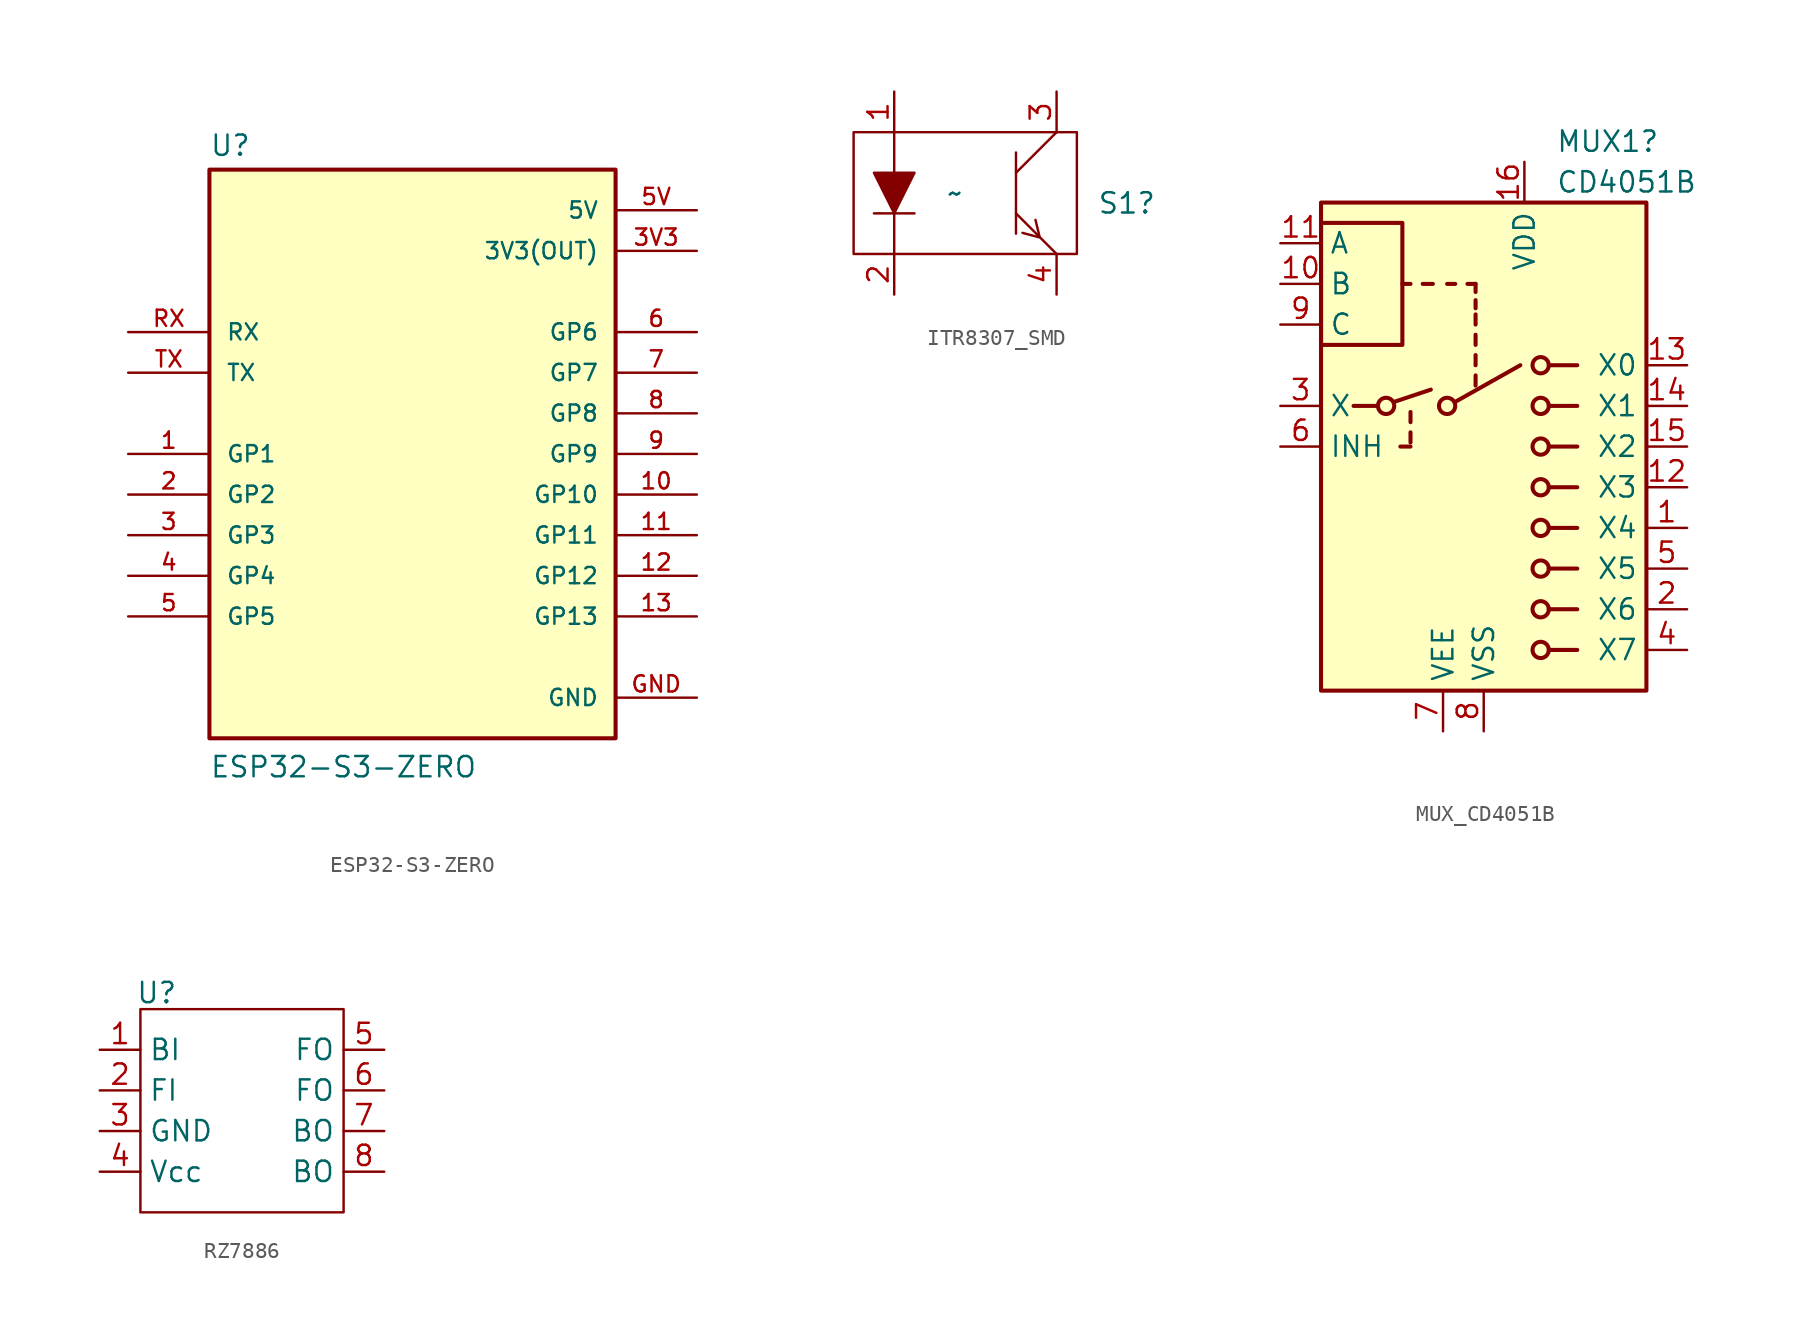
<source format=kicad_sym>
(kicad_symbol_lib
  (version 20241209)
  (generator "kicad_symbol_editor")
  (generator_version "9.0")
  (symbol "ESP32-S3-ZERO"
    (pin_names
      (offset 1.016))
    (property "Reference" "U"
      (at -12.7 18.542 0)
      (effects (font (size 1.27 1.27)) (justify left bottom)))
    (property "Value" "ESP32-S3-ZERO"
      (at -12.7 -20.32 0)
      (effects (font (size 1.27 1.27)) (justify left bottom)))
    (symbol "ESP32-S3-ZERO_0_0"
      (rectangle (start -12.7 17.78) (end 12.7 -17.78) (stroke (width 0.254) (type default)) (fill (type background)))
      (pin input line (at -17.78 7.62 0) (length 5.08) (name "RX" (effects (font (size 1.016 1.016)))) (number "RX" (effects (font (size 1.016 1.016)))))
      (pin output line (at -17.78 5.08 0) (length 5.08) (name "TX" (effects (font (size 1.016 1.016)))) (number "TX" (effects (font (size 1.016 1.016)))))
      (pin bidirectional line (at -17.78 0 0) (length 5.08) (name "GP1" (effects (font (size 1.016 1.016)))) (number "1" (effects (font (size 1.016 1.016)))))
      (pin bidirectional line (at -17.78 -2.54 0) (length 5.08) (name "GP2" (effects (font (size 1.016 1.016)))) (number "2" (effects (font (size 1.016 1.016)))))
      (pin bidirectional line (at -17.78 -5.08 0) (length 5.08) (name "GP3" (effects (font (size 1.016 1.016)))) (number "3" (effects (font (size 1.016 1.016)))))
      (pin bidirectional line (at -17.78 -7.62 0) (length 5.08) (name "GP4" (effects (font (size 1.016 1.016)))) (number "4" (effects (font (size 1.016 1.016)))))
      (pin bidirectional line (at -17.78 -10.16 0) (length 5.08) (name "GP5" (effects (font (size 1.016 1.016)))) (number "5" (effects (font (size 1.016 1.016)))))
      (pin power_in line (at 17.78 15.24 180) (length 5.08) (name "5V" (effects (font (size 1.016 1.016)))) (number "5V" (effects (font (size 1.016 1.016)))))
      (pin power_in line (at 17.78 12.7 180) (length 5.08) (name "3V3(OUT)" (effects (font (size 1.016 1.016)))) (number "3V3" (effects (font (size 1.016 1.016)))))
      (pin bidirectional line (at 17.78 7.62 180) (length 5.08) (name "GP6" (effects (font (size 1.016 1.016)))) (number "6" (effects (font (size 1.016 1.016)))))
      (pin bidirectional line (at 17.78 5.08 180) (length 5.08) (name "GP7" (effects (font (size 1.016 1.016)))) (number "7" (effects (font (size 1.016 1.016)))))
      (pin bidirectional line (at 17.78 2.54 180) (length 5.08) (name "GP8" (effects (font (size 1.016 1.016)))) (number "8" (effects (font (size 1.016 1.016)))))
      (pin bidirectional line (at 17.78 0 180) (length 5.08) (name "GP9" (effects (font (size 1.016 1.016)))) (number "9" (effects (font (size 1.016 1.016)))))
      (pin bidirectional line (at 17.78 -2.54 180) (length 5.08) (name "GP10" (effects (font (size 1.016 1.016)))) (number "10" (effects (font (size 1.016 1.016)))))
      (pin bidirectional line (at 17.78 -5.08 180) (length 5.08) (name "GP11" (effects (font (size 1.016 1.016)))) (number "11" (effects (font (size 1.016 1.016)))))
      (pin bidirectional line (at 17.78 -7.62 180) (length 5.08) (name "GP12" (effects (font (size 1.016 1.016)))) (number "12" (effects (font (size 1.016 1.016)))))
      (pin bidirectional line (at 17.78 -10.16 180) (length 5.08) (name "GP13" (effects (font (size 1.016 1.016)))) (number "13" (effects (font (size 1.016 1.016)))))
      (pin power_in line (at 17.78 -15.24 180) (length 5.08) (name "GND" (effects (font (size 1.016 1.016)))) (number "GND" (effects (font (size 1.016 1.016)))))))
  (symbol "ITR8307_SMD"
    (property "Reference" "S1"
      (at 8.89 -0.635 0)
      (effects (font (size 1.27 1.27)) (justify left)))
    (property "Value" "~"
      (at 0 0 0)
      (effects (font (size 1.27 1.27))))
    (symbol "ITR8307_SMD_0_1"
      (rectangle (start -6.35 3.81) (end 7.62 -3.81) (stroke (width 0) (type solid)) (fill (type none)))
      (polyline (pts (xy -5.08 1.27) (xy -2.54 1.27) (xy -3.81 -1.27) (xy -5.08 1.27)) (stroke (width 0) (type solid)) (fill (type outline)))
      (polyline (pts (xy -5.08 -1.27) (xy -2.54 -1.27)) (stroke (width 0) (type solid)) (fill (type none)))
      (polyline (pts (xy -3.81 3.81) (xy -3.81 -3.81)) (stroke (width 0) (type solid)) (fill (type none)))
      (polyline (pts (xy 3.81 2.54) (xy 3.81 -2.54)) (stroke (width 0) (type solid)) (fill (type none)))
      (polyline (pts (xy 5.258 -2.769) (xy 4.216 -2.489)) (stroke (width 0) (type solid)) (fill (type none)))
      (polyline (pts (xy 5.283 -2.718) (xy 5.029 -1.676)) (stroke (width 0) (type solid)) (fill (type none)))
      (polyline (pts (xy 6.35 3.81) (xy 3.81 1.27)) (stroke (width 0) (type solid)) (fill (type none)))
      (polyline (pts (xy 6.35 -3.81) (xy 3.81 -1.27)) (stroke (width 0) (type solid)) (fill (type none))))
    (symbol "ITR8307_SMD_1_1"
      (pin input line (at -3.81 6.35 270) (length 2.54) (name "~" (effects (font (size 1.27 1.27)))) (number "1" (effects (font (size 1.27 1.27)))))
      (pin power_in line (at -3.81 -6.35 90) (length 2.54) (name "~" (effects (font (size 1.27 1.27)))) (number "2" (effects (font (size 1.27 1.27)))))
      (pin open_collector line (at 6.35 6.35 270) (length 2.54) (name "~" (effects (font (size 1.27 1.27)))) (number "3" (effects (font (size 1.27 1.27)))))
      (pin power_in line (at 6.35 -6.35 90) (length 2.54) (name "~" (effects (font (size 1.27 1.27)))) (number "4" (effects (font (size 1.27 1.27)))))))
  (symbol "MUX_CD4051B"
    (property "Reference" "MUX1"
      (at 4.496 19.05 0)
      (effects (font (size 1.27 1.27)) (justify left)))
    (property "Value" "CD4051B"
      (at 4.496 16.51 0)
      (effects (font (size 1.27 1.27)) (justify left)))
    (symbol "MUX_CD4051B_0_1"
      (rectangle (start -10.16 15.24) (end 10.16 -15.24) (stroke (width 0.254) (type default)) (fill (type background)))
      (rectangle (start -10.16 6.35) (end -5.08 13.97) (stroke (width 0.254) (type default)) (fill (type none)))
      (polyline (pts (xy -8.128 2.54) (xy -6.604 2.54)) (stroke (width 0.254) (type default)) (fill (type none)))
      (circle (center -6.096 2.54) (radius 0.508) (stroke (width 0.254) (type default)) (fill (type none)))
      (polyline (pts (xy -5.588 2.794) (xy -3.302 3.556)) (stroke (width 0.254) (type default)) (fill (type none)))
      (polyline (pts (xy -4.572 10.16) (xy -5.08 10.16)) (stroke (width 0.254) (type default)) (fill (type none)))
      (polyline (pts (xy -4.572 1.524) (xy -4.572 2.159)) (stroke (width 0.254) (type default)) (fill (type none)))
      (polyline (pts (xy -4.572 0.254) (xy -4.572 0.889)) (stroke (width 0.254) (type default)) (fill (type none)))
      (polyline (pts (xy -4.572 0) (xy -5.207 0)) (stroke (width 0.254) (type default)) (fill (type none)))
      (polyline (pts (xy -3.81 10.16) (xy -3.175 10.16)) (stroke (width 0.254) (type default)) (fill (type none)))
      (circle (center -2.286 2.54) (radius 0.508) (stroke (width 0.254) (type default)) (fill (type none)))
      (polyline (pts (xy -1.778 10.16) (xy -2.286 10.16)) (stroke (width 0.254) (type default)) (fill (type none)))
      (polyline (pts (xy -1.778 2.794) (xy 2.286 5.08)) (stroke (width 0.254) (type default)) (fill (type none)))
      (polyline (pts (xy -0.508 10.16) (xy -1.016 10.16)) (stroke (width 0.254) (type default)) (fill (type none)))
      (polyline (pts (xy -0.508 9.652) (xy -0.508 10.16)) (stroke (width 0.254) (type default)) (fill (type none)))
      (polyline (pts (xy -0.508 8.636) (xy -0.508 9.144)) (stroke (width 0.254) (type default)) (fill (type none)))
      (polyline (pts (xy -0.508 7.62) (xy -0.508 8.255)) (stroke (width 0.254) (type default)) (fill (type none)))
      (polyline (pts (xy -0.508 6.35) (xy -0.508 6.985)) (stroke (width 0.254) (type default)) (fill (type none)))
      (polyline (pts (xy -0.508 5.08) (xy -0.508 5.715)) (stroke (width 0.254) (type default)) (fill (type none)))
      (polyline (pts (xy -0.508 3.81) (xy -0.508 4.445)) (stroke (width 0.254) (type default)) (fill (type none)))
      (circle (center 3.556 5.08) (radius 0.508) (stroke (width 0.254) (type default)) (fill (type none)))
      (circle (center 3.556 2.54) (radius 0.508) (stroke (width 0.254) (type default)) (fill (type none)))
      (circle (center 3.556 0) (radius 0.508) (stroke (width 0.254) (type default)) (fill (type none)))
      (circle (center 3.556 -2.54) (radius 0.508) (stroke (width 0.254) (type default)) (fill (type none)))
      (circle (center 3.556 -5.08) (radius 0.508) (stroke (width 0.254) (type default)) (fill (type none)))
      (circle (center 3.556 -7.62) (radius 0.508) (stroke (width 0.254) (type default)) (fill (type none)))
      (circle (center 3.556 -10.16) (radius 0.508) (stroke (width 0.254) (type default)) (fill (type none)))
      (circle (center 3.556 -12.7) (radius 0.508) (stroke (width 0.254) (type default)) (fill (type none)))
      (polyline (pts (xy 4.064 5.08) (xy 5.842 5.08)) (stroke (width 0.254) (type default)) (fill (type none)))
      (polyline (pts (xy 4.064 2.54) (xy 5.842 2.54)) (stroke (width 0.254) (type default)) (fill (type none)))
      (polyline (pts (xy 4.064 0) (xy 5.842 0)) (stroke (width 0.254) (type default)) (fill (type none)))
      (polyline (pts (xy 4.064 -2.54) (xy 5.842 -2.54)) (stroke (width 0.254) (type default)) (fill (type none)))
      (polyline (pts (xy 4.064 -5.08) (xy 5.842 -5.08)) (stroke (width 0.254) (type default)) (fill (type none)))
      (polyline (pts (xy 4.064 -7.62) (xy 5.842 -7.62)) (stroke (width 0.254) (type default)) (fill (type none)))
      (polyline (pts (xy 4.064 -10.16) (xy 5.842 -10.16)) (stroke (width 0.254) (type default)) (fill (type none)))
      (polyline (pts (xy 4.064 -12.7) (xy 5.842 -12.7)) (stroke (width 0.254) (type default)) (fill (type none))))
    (symbol "MUX_CD4051B_1_1"
      (pin input line (at -12.7 12.7 0) (length 2.54) (name "A" (effects (font (size 1.27 1.27)))) (number "11" (effects (font (size 1.27 1.27)))))
      (pin input line (at -12.7 10.16 0) (length 2.54) (name "B" (effects (font (size 1.27 1.27)))) (number "10" (effects (font (size 1.27 1.27)))))
      (pin input line (at -12.7 7.62 0) (length 2.54) (name "C" (effects (font (size 1.27 1.27)))) (number "9" (effects (font (size 1.27 1.27)))))
      (pin bidirectional line (at -12.7 2.54 0) (length 2.54) (name "X" (effects (font (size 1.27 1.27)))) (number "3" (effects (font (size 1.27 1.27)))))
      (pin input line (at -12.7 0 0) (length 2.54) (name "INH" (effects (font (size 1.27 1.27)))) (number "6" (effects (font (size 1.27 1.27)))))
      (pin power_in line (at -2.54 -17.78 90) (length 2.54) (name "VEE" (effects (font (size 1.27 1.27)))) (number "7" (effects (font (size 1.27 1.27)))))
      (pin power_in line (at 0 -17.78 90) (length 2.54) (name "VSS" (effects (font (size 1.27 1.27)))) (number "8" (effects (font (size 1.27 1.27)))))
      (pin power_in line (at 2.54 17.78 270) (length 2.54) (name "VDD" (effects (font (size 1.27 1.27)))) (number "16" (effects (font (size 1.27 1.27)))))
      (pin bidirectional line (at 12.7 5.08 180) (length 2.54) (name "X0" (effects (font (size 1.27 1.27)))) (number "13" (effects (font (size 1.27 1.27)))))
      (pin bidirectional line (at 12.7 2.54 180) (length 2.54) (name "X1" (effects (font (size 1.27 1.27)))) (number "14" (effects (font (size 1.27 1.27)))))
      (pin bidirectional line (at 12.7 0 180) (length 2.54) (name "X2" (effects (font (size 1.27 1.27)))) (number "15" (effects (font (size 1.27 1.27)))))
      (pin bidirectional line (at 12.7 -2.54 180) (length 2.54) (name "X3" (effects (font (size 1.27 1.27)))) (number "12" (effects (font (size 1.27 1.27)))))
      (pin bidirectional line (at 12.7 -5.08 180) (length 2.54) (name "X4" (effects (font (size 1.27 1.27)))) (number "1" (effects (font (size 1.27 1.27)))))
      (pin bidirectional line (at 12.7 -7.62 180) (length 2.54) (name "X5" (effects (font (size 1.27 1.27)))) (number "5" (effects (font (size 1.27 1.27)))))
      (pin bidirectional line (at 12.7 -10.16 180) (length 2.54) (name "X6" (effects (font (size 1.27 1.27)))) (number "2" (effects (font (size 1.27 1.27)))))
      (pin bidirectional line (at 12.7 -12.7 180) (length 2.54) (name "X7" (effects (font (size 1.27 1.27)))) (number "4" (effects (font (size 1.27 1.27)))))))
  (symbol "RZ7886"
    (property "Reference" "U"
      (at -5.334 7.366 0)
      (effects (font (size 1.27 1.27))))
    (property "Value" ""
      (at 0 0 0)
      (effects (font (size 1.27 1.27))))
    (symbol "RZ7886_0_1"
      (rectangle (start -6.35 6.35) (end 6.35 -6.35) (stroke (width 0) (type default)) (fill (type none))))
    (symbol "RZ7886_1_1"
      (pin input line (at -8.89 3.81 0) (length 2.54) (name "BI" (effects (font (size 1.27 1.27)))) (number "1" (effects (font (size 1.27 1.27)))))
      (pin input line (at -8.89 1.27 0) (length 2.54) (name "FI" (effects (font (size 1.27 1.27)))) (number "2" (effects (font (size 1.27 1.27)))))
      (pin bidirectional line (at -8.89 -1.27 0) (length 2.54) (name "GND" (effects (font (size 1.27 1.27)))) (number "3" (effects (font (size 1.27 1.27)))))
      (pin input line (at -8.89 -3.81 0) (length 2.54) (name "Vcc" (effects (font (size 1.27 1.27)))) (number "4" (effects (font (size 1.27 1.27)))))
      (pin output line (at 8.89 3.81 180) (length 2.54) (name "FO" (effects (font (size 1.27 1.27)))) (number "5" (effects (font (size 1.27 1.27)))))
      (pin output line (at 8.89 1.27 180) (length 2.54) (name "FO" (effects (font (size 1.27 1.27)))) (number "6" (effects (font (size 1.27 1.27)))))
      (pin output line (at 8.89 -1.27 180) (length 2.54) (name "BO" (effects (font (size 1.27 1.27)))) (number "7" (effects (font (size 1.27 1.27)))))
      (pin output line (at 8.89 -3.81 180) (length 2.54) (name "BO" (effects (font (size 1.27 1.27)))) (number "8" (effects (font (size 1.27 1.27))))))))
</source>
